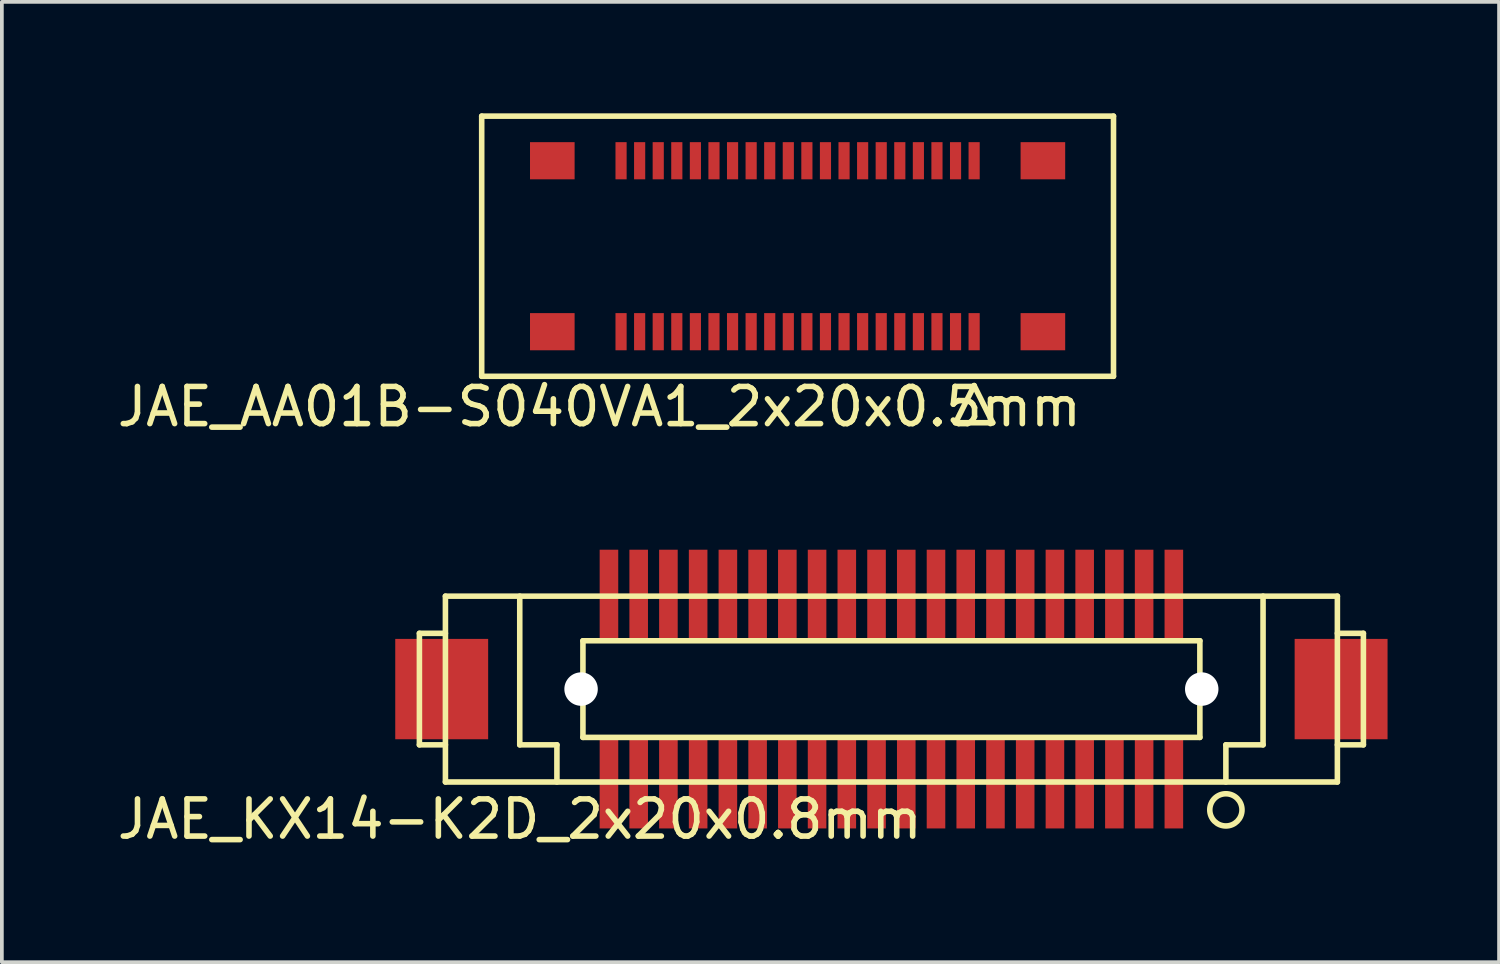
<source format=kicad_pcb>
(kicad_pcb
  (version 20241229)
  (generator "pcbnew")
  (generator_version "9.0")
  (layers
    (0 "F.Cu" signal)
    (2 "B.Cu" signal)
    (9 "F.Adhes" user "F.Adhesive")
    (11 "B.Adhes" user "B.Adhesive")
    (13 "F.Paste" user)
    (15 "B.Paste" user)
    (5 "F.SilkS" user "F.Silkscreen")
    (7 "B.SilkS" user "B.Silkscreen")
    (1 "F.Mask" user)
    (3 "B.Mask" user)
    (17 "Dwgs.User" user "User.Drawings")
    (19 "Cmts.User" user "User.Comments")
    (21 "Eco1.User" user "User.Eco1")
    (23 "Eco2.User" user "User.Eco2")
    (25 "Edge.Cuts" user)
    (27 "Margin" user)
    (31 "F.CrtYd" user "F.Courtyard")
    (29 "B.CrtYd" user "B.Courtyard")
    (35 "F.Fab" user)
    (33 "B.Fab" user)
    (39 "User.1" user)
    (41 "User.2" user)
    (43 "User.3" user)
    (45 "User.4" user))
  (footprint "JAE_AA01B-S040VA1_2x20x0.5mm"
    (layer "F.Cu")
    (at 18.411 3.575)
    (property "Reference" "JAE_AA01B-S040VA1_2x20x0.5mm" (at -5.334 4.318 0) (layer "F.SilkS") (effects (font (size 1 1) (thickness 0.15))))
    (attr smd)
    (fp_line (start -8.5 -3.5) (end 8.5 -3.5) (stroke (width 0.15) (type solid)) (layer "F.SilkS"))
    (fp_line (start -8.5 3.5) (end -8.5 -3.5) (stroke (width 0.15) (type solid)) (layer "F.SilkS"))
    (fp_line (start 4.25 4.75) (end 5.25 4.75) (stroke (width 0.15) (type solid)) (layer "F.SilkS"))
    (fp_line (start 4.75 3.75) (end 4.25 4.75) (stroke (width 0.15) (type solid)) (layer "F.SilkS"))
    (fp_line (start 5.25 4.75) (end 4.75 3.75) (stroke (width 0.15) (type solid)) (layer "F.SilkS"))
    (fp_line (start 8.5 -3.5) (end 8.5 3.5) (stroke (width 0.15) (type solid)) (layer "F.SilkS"))
    (fp_line (start 8.5 3.5) (end -8.5 3.5) (stroke (width 0.15) (type solid)) (layer "F.SilkS"))
    (pad "1" smd rect (at 4.75 2.3) (size 0.3 1) (layers "F.Cu" "F.Mask" "F.Paste"))
    (pad "2" smd rect (at 4.75 -2.3) (size 0.3 1) (layers "F.Cu" "F.Mask" "F.Paste"))
    (pad "3" smd rect (at 4.25 2.3) (size 0.3 1) (layers "F.Cu" "F.Mask" "F.Paste"))
    (pad "4" smd rect (at 4.25 -2.3) (size 0.3 1) (layers "F.Cu" "F.Mask" "F.Paste"))
    (pad "5" smd rect (at 3.75 2.3) (size 0.3 1) (layers "F.Cu" "F.Mask" "F.Paste"))
    (pad "6" smd rect (at 3.75 -2.3) (size 0.3 1) (layers "F.Cu" "F.Mask" "F.Paste"))
    (pad "7" smd rect (at 3.25 2.3) (size 0.3 1) (layers "F.Cu" "F.Mask" "F.Paste"))
    (pad "8" smd rect (at 3.25 -2.3) (size 0.3 1) (layers "F.Cu" "F.Mask" "F.Paste"))
    (pad "9" smd rect (at 2.75 2.3) (size 0.3 1) (layers "F.Cu" "F.Mask" "F.Paste"))
    (pad "10" smd rect (at 2.75 -2.3) (size 0.3 1) (layers "F.Cu" "F.Mask" "F.Paste"))
    (pad "11" smd rect (at 2.25 2.3) (size 0.3 1) (layers "F.Cu" "F.Mask" "F.Paste"))
    (pad "12" smd rect (at 2.25 -2.3) (size 0.3 1) (layers "F.Cu" "F.Mask" "F.Paste"))
    (pad "13" smd rect (at 1.75 2.3) (size 0.3 1) (layers "F.Cu" "F.Mask" "F.Paste"))
    (pad "14" smd rect (at 1.75 -2.3) (size 0.3 1) (layers "F.Cu" "F.Mask" "F.Paste"))
    (pad "15" smd rect (at 1.25 2.3) (size 0.3 1) (layers "F.Cu" "F.Mask" "F.Paste"))
    (pad "16" smd rect (at 1.25 -2.3) (size 0.3 1) (layers "F.Cu" "F.Mask" "F.Paste"))
    (pad "17" smd rect (at 0.75 2.3) (size 0.3 1) (layers "F.Cu" "F.Mask" "F.Paste"))
    (pad "18" smd rect (at 0.75 -2.3) (size 0.3 1) (layers "F.Cu" "F.Mask" "F.Paste"))
    (pad "19" smd rect (at 0.25 2.3) (size 0.3 1) (layers "F.Cu" "F.Mask" "F.Paste"))
    (pad "20" smd rect (at 0.25 -2.3) (size 0.3 1) (layers "F.Cu" "F.Mask" "F.Paste"))
    (pad "21" smd rect (at -0.25 2.3) (size 0.3 1) (layers "F.Cu" "F.Mask" "F.Paste"))
    (pad "22" smd rect (at -0.25 -2.3) (size 0.3 1) (layers "F.Cu" "F.Mask" "F.Paste"))
    (pad "23" smd rect (at -0.75 2.3) (size 0.3 1) (layers "F.Cu" "F.Mask" "F.Paste"))
    (pad "24" smd rect (at -0.75 -2.3) (size 0.3 1) (layers "F.Cu" "F.Mask" "F.Paste"))
    (pad "25" smd rect (at -1.25 2.3) (size 0.3 1) (layers "F.Cu" "F.Mask" "F.Paste"))
    (pad "26" smd rect (at -1.25 -2.3) (size 0.3 1) (layers "F.Cu" "F.Mask" "F.Paste"))
    (pad "27" smd rect (at -1.75 2.3) (size 0.3 1) (layers "F.Cu" "F.Mask" "F.Paste"))
    (pad "28" smd rect (at -1.75 -2.3) (size 0.3 1) (layers "F.Cu" "F.Mask" "F.Paste"))
    (pad "29" smd rect (at -2.25 2.3) (size 0.3 1) (layers "F.Cu" "F.Mask" "F.Paste"))
    (pad "30" smd rect (at -2.25 -2.3) (size 0.3 1) (layers "F.Cu" "F.Mask" "F.Paste"))
    (pad "31" smd rect (at -2.75 2.3) (size 0.3 1) (layers "F.Cu" "F.Mask" "F.Paste"))
    (pad "32" smd rect (at -2.75 -2.3) (size 0.3 1) (layers "F.Cu" "F.Mask" "F.Paste"))
    (pad "33" smd rect (at -3.25 2.3) (size 0.3 1) (layers "F.Cu" "F.Mask" "F.Paste"))
    (pad "34" smd rect (at -3.25 -2.3) (size 0.3 1) (layers "F.Cu" "F.Mask" "F.Paste"))
    (pad "35" smd rect (at -3.75 2.3) (size 0.3 1) (layers "F.Cu" "F.Mask" "F.Paste"))
    (pad "36" smd rect (at -3.75 -2.3) (size 0.3 1) (layers "F.Cu" "F.Mask" "F.Paste"))
    (pad "37" smd rect (at -4.25 2.3) (size 0.3 1) (layers "F.Cu" "F.Mask" "F.Paste"))
    (pad "38" smd rect (at -4.25 -2.3) (size 0.3 1) (layers "F.Cu" "F.Mask" "F.Paste"))
    (pad "39" smd rect (at -4.75 2.3) (size 0.3 1) (layers "F.Cu" "F.Mask" "F.Paste"))
    (pad "40" smd rect (at -4.75 -2.3) (size 0.3 1) (layers "F.Cu" "F.Mask" "F.Paste"))
    (pad "41" smd rect (at 6.6 2.3) (size 1.2 1) (layers "F.Cu" "F.Mask" "F.Paste"))
    (pad "42" smd rect (at 6.6 -2.3) (size 1.2 1) (layers "F.Cu" "F.Mask" "F.Paste"))
    (pad "43" smd rect (at -6.6 2.3) (size 1.2 1) (layers "F.Cu" "F.Mask" "F.Paste"))
    (pad "44" smd rect (at -6.6 -2.3) (size 1.2 1) (layers "F.Cu" "F.Mask" "F.Paste")))
  (footprint "JAE_KX14-K2D_2x20x0.8mm"
    (layer "F.Cu")
    (at 20.935 15.491)
    (property "Reference" "JAE_KX14-K2D_2x20x0.8mm" (at -10 3.5 0) (layer "F.SilkS") (effects (font (size 1 1) (thickness 0.15))))
    (attr through_hole)
    (fp_line (start -12.7 -1.5) (end -12.7 1.5) (stroke (width 0.15) (type solid)) (layer "F.SilkS"))
    (fp_line (start -12.7 1.5) (end -12 1.5) (stroke (width 0.15) (type solid)) (layer "F.SilkS"))
    (fp_line (start -12 -2.5) (end 12 -2.5) (stroke (width 0.15) (type solid)) (layer "F.SilkS"))
    (fp_line (start -12 -1.5) (end -12.7 -1.5) (stroke (width 0.15) (type solid)) (layer "F.SilkS"))
    (fp_line (start -12 2.5) (end -12 -2.5) (stroke (width 0.15) (type solid)) (layer "F.SilkS"))
    (fp_line (start -10 -2.5) (end -10 1.5) (stroke (width 0.15) (type solid)) (layer "F.SilkS"))
    (fp_line (start -10 1.5) (end -9 1.5) (stroke (width 0.15) (type solid)) (layer "F.SilkS"))
    (fp_line (start -9 1.5) (end -9 2.5) (stroke (width 0.15) (type solid)) (layer "F.SilkS"))
    (fp_line (start -8.3 -1.3) (end 8.3 -1.3) (stroke (width 0.15) (type solid)) (layer "F.SilkS"))
    (fp_line (start -8.3 1.3) (end -8.3 -1.3) (stroke (width 0.15) (type solid)) (layer "F.SilkS"))
    (fp_line (start 8.3 -1.3) (end 8.3 1.3) (stroke (width 0.15) (type solid)) (layer "F.SilkS"))
    (fp_line (start 8.3 1.3) (end -8.3 1.3) (stroke (width 0.15) (type solid)) (layer "F.SilkS"))
    (fp_line (start 9 1.5) (end 9 2.5) (stroke (width 0.15) (type solid)) (layer "F.SilkS"))
    (fp_line (start 10 -2.5) (end 10 1.5) (stroke (width 0.15) (type solid)) (layer "F.SilkS"))
    (fp_line (start 10 1.5) (end 9 1.5) (stroke (width 0.15) (type solid)) (layer "F.SilkS"))
    (fp_line (start 12 -2.5) (end 12 2.5) (stroke (width 0.15) (type solid)) (layer "F.SilkS"))
    (fp_line (start 12 -1.5) (end 12.7 -1.5) (stroke (width 0.15) (type solid)) (layer "F.SilkS"))
    (fp_line (start 12 2.5) (end -12 2.5) (stroke (width 0.15) (type solid)) (layer "F.SilkS"))
    (fp_line (start 12.7 -1.5) (end 12.7 1.5) (stroke (width 0.15) (type solid)) (layer "F.SilkS"))
    (fp_line (start 12.7 1.5) (end 12 1.5) (stroke (width 0.15) (type solid)) (layer "F.SilkS"))
    (fp_circle (center 9 3.25) (end 9.25 2.896) (stroke (width 0.15) (type solid)) (fill no) (layer "F.SilkS"))
    (pad "" np_thru_hole circle (at -8.35 0) (size 0.9 0.9) (drill 0.9) (layers "*.Cu" "*.Mask"))
    (pad "" np_thru_hole circle (at 8.35 0) (size 0.9 0.9) (drill 0.9) (layers "*.Cu" "*.Mask"))
    (pad "1" smd rect (at 7.6 2.55) (size 0.5 2.4) (layers "F.Cu" "F.Mask" "F.Paste"))
    (pad "2" smd rect (at 7.6 -2.55) (size 0.5 2.4) (layers "F.Cu" "F.Mask" "F.Paste"))
    (pad "3" smd rect (at 6.8 2.55) (size 0.5 2.4) (layers "F.Cu" "F.Mask" "F.Paste"))
    (pad "4" smd rect (at 6.8 -2.55) (size 0.5 2.4) (layers "F.Cu" "F.Mask" "F.Paste"))
    (pad "5" smd rect (at 6 2.55) (size 0.5 2.4) (layers "F.Cu" "F.Mask" "F.Paste"))
    (pad "6" smd rect (at 6 -2.55) (size 0.5 2.4) (layers "F.Cu" "F.Mask" "F.Paste"))
    (pad "7" smd rect (at 5.2 2.55) (size 0.5 2.4) (layers "F.Cu" "F.Mask" "F.Paste"))
    (pad "8" smd rect (at 5.2 -2.55) (size 0.5 2.4) (layers "F.Cu" "F.Mask" "F.Paste"))
    (pad "9" smd rect (at 4.4 2.55) (size 0.5 2.4) (layers "F.Cu" "F.Mask" "F.Paste"))
    (pad "10" smd rect (at 4.4 -2.55) (size 0.5 2.4) (layers "F.Cu" "F.Mask" "F.Paste"))
    (pad "11" smd rect (at 3.6 2.55) (size 0.5 2.4) (layers "F.Cu" "F.Mask" "F.Paste"))
    (pad "12" smd rect (at 3.6 -2.55) (size 0.5 2.4) (layers "F.Cu" "F.Mask" "F.Paste"))
    (pad "13" smd rect (at 2.8 2.55) (size 0.5 2.4) (layers "F.Cu" "F.Mask" "F.Paste"))
    (pad "14" smd rect (at 2.8 -2.55) (size 0.5 2.4) (layers "F.Cu" "F.Mask" "F.Paste"))
    (pad "15" smd rect (at 2 2.55) (size 0.5 2.4) (layers "F.Cu" "F.Mask" "F.Paste"))
    (pad "16" smd rect (at 2 -2.55) (size 0.5 2.4) (layers "F.Cu" "F.Mask" "F.Paste"))
    (pad "17" smd rect (at 1.2 2.55) (size 0.5 2.4) (layers "F.Cu" "F.Mask" "F.Paste"))
    (pad "18" smd rect (at 1.2 -2.55) (size 0.5 2.4) (layers "F.Cu" "F.Mask" "F.Paste"))
    (pad "19" smd rect (at 0.4 2.55) (size 0.5 2.4) (layers "F.Cu" "F.Mask" "F.Paste"))
    (pad "20" smd rect (at 0.4 -2.55) (size 0.5 2.4) (layers "F.Cu" "F.Mask" "F.Paste"))
    (pad "21" smd rect (at -0.4 2.55) (size 0.5 2.4) (layers "F.Cu" "F.Mask" "F.Paste"))
    (pad "22" smd rect (at -0.4 -2.55) (size 0.5 2.4) (layers "F.Cu" "F.Mask" "F.Paste"))
    (pad "23" smd rect (at -1.2 2.55) (size 0.5 2.4) (layers "F.Cu" "F.Mask" "F.Paste"))
    (pad "24" smd rect (at -1.2 -2.55) (size 0.5 2.4) (layers "F.Cu" "F.Mask" "F.Paste"))
    (pad "25" smd rect (at -2 2.55) (size 0.5 2.4) (layers "F.Cu" "F.Mask" "F.Paste"))
    (pad "26" smd rect (at -2 -2.55) (size 0.5 2.4) (layers "F.Cu" "F.Mask" "F.Paste"))
    (pad "27" smd rect (at -2.8 2.55) (size 0.5 2.4) (layers "F.Cu" "F.Mask" "F.Paste"))
    (pad "28" smd rect (at -2.8 -2.55) (size 0.5 2.4) (layers "F.Cu" "F.Mask" "F.Paste"))
    (pad "29" smd rect (at -3.6 2.55) (size 0.5 2.4) (layers "F.Cu" "F.Mask" "F.Paste"))
    (pad "30" smd rect (at -3.6 -2.55) (size 0.5 2.4) (layers "F.Cu" "F.Mask" "F.Paste"))
    (pad "31" smd rect (at -4.4 2.55) (size 0.5 2.4) (layers "F.Cu" "F.Mask" "F.Paste"))
    (pad "32" smd rect (at -4.4 -2.55) (size 0.5 2.4) (layers "F.Cu" "F.Mask" "F.Paste"))
    (pad "33" smd rect (at -5.2 2.55) (size 0.5 2.4) (layers "F.Cu" "F.Mask" "F.Paste"))
    (pad "34" smd rect (at -5.2 -2.55) (size 0.5 2.4) (layers "F.Cu" "F.Mask" "F.Paste"))
    (pad "35" smd rect (at -6 2.55) (size 0.5 2.4) (layers "F.Cu" "F.Mask" "F.Paste"))
    (pad "36" smd rect (at -6 -2.55) (size 0.5 2.4) (layers "F.Cu" "F.Mask" "F.Paste"))
    (pad "37" smd rect (at -6.8 2.55) (size 0.5 2.4) (layers "F.Cu" "F.Mask" "F.Paste"))
    (pad "38" smd rect (at -6.8 -2.55) (size 0.5 2.4) (layers "F.Cu" "F.Mask" "F.Paste"))
    (pad "39" smd rect (at -7.6 2.55) (size 0.5 2.4) (layers "F.Cu" "F.Mask" "F.Paste"))
    (pad "40" smd rect (at -7.6 -2.55) (size 0.5 2.4) (layers "F.Cu" "F.Mask" "F.Paste"))
    (pad "41" smd rect (at 12.1 0) (size 2.5 2.7) (layers "F.Cu" "F.Mask" "F.Paste"))
    (pad "42" smd rect (at -12.1 0) (size 2.5 2.7) (layers "F.Cu" "F.Mask" "F.Paste")))
  (gr_rect
    (start -3 -3)
    (end 37.285 22.84)
    (stroke (width 0.1) (type default))
    (fill no)
    (layer "Edge.Cuts")))
</source>
